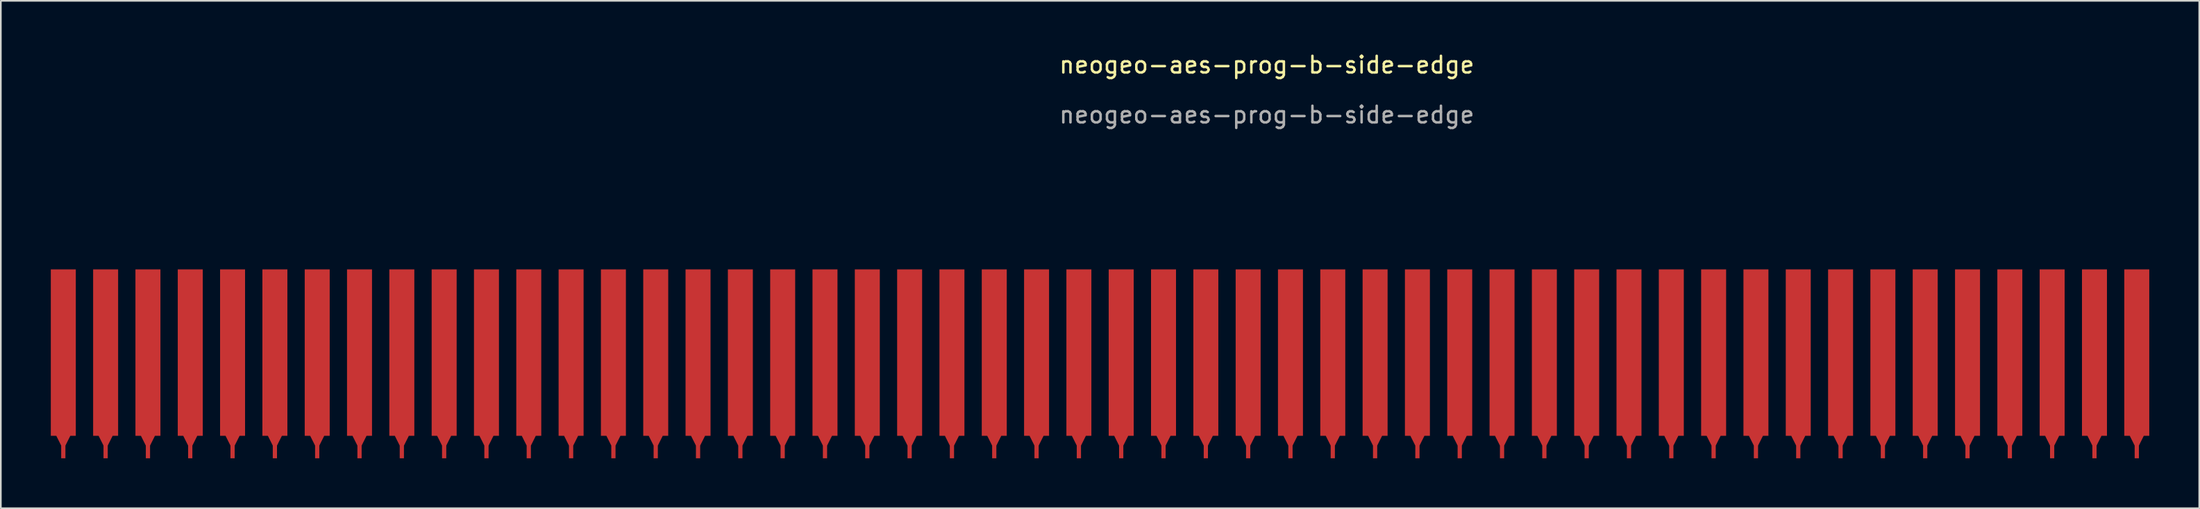
<source format=kicad_pcb>
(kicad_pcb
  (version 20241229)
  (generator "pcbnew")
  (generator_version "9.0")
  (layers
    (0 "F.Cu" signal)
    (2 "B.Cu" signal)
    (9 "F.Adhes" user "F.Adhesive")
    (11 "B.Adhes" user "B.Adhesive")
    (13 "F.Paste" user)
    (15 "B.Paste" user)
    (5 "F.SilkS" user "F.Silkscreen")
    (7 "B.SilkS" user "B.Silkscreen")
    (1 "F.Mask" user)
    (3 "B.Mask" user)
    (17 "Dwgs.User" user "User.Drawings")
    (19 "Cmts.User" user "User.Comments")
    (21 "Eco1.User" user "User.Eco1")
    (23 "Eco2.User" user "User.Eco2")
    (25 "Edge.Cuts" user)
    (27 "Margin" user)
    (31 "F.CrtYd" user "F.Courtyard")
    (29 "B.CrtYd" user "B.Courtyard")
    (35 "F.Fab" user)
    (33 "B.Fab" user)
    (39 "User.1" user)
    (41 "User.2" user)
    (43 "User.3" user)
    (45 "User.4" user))
  (footprint "neogeo-aes-prog-b-side-edge"
    (layer "F.Cu")
    (at 61.71 18.138)
    (property "Reference" "neogeo-aes-prog-b-side-edge" (at 11.28 -17.29 0) (unlocked yes) (layer "F.SilkS") (effects (font (size 1 1) (thickness 0.15))))
    (attr smd)
    (fp_text user "${REFERENCE}" (at 11.28 -14.29 0) (unlocked yes) (layer "F.Fab") (effects (font (size 1 1) (thickness 0.15))))
    (pad "1" connect custom (at -60.96 0) (size 1.5 10) (layers "F.Cu" "F.Mask") (options (anchor rect)) (primitives (gr_poly (pts (xy 0 5.842) (xy -0.508 4.826) (xy 0.508 4.826)) (width 0) (fill yes)) (gr_rect (start -0.127 5) (end 0.127 6.35) (width 0) (fill yes))))
    (pad "2" connect custom (at -58.42 0) (size 1.5 10) (layers "F.Cu" "F.Mask") (options (anchor rect)) (primitives (gr_poly (pts (xy 0 5.842) (xy -0.508 4.826) (xy 0.508 4.826)) (width 0) (fill yes)) (gr_rect (start -0.127 5) (end 0.127 6.35) (width 0) (fill yes))))
    (pad "3" connect custom (at -55.88 0) (size 1.5 10) (layers "F.Cu" "F.Mask") (options (anchor rect)) (primitives (gr_poly (pts (xy 0 5.842) (xy -0.508 4.826) (xy 0.508 4.826)) (width 0) (fill yes)) (gr_rect (start -0.127 5) (end 0.127 6.35) (width 0) (fill yes))))
    (pad "4" connect custom (at -53.34 0) (size 1.5 10) (layers "F.Cu" "F.Mask") (options (anchor rect)) (primitives (gr_poly (pts (xy 0 5.842) (xy -0.508 4.826) (xy 0.508 4.826)) (width 0) (fill yes)) (gr_rect (start -0.127 5) (end 0.127 6.35) (width 0) (fill yes))))
    (pad "5" connect custom (at -50.8 0) (size 1.5 10) (layers "F.Cu" "F.Mask") (options (anchor rect)) (primitives (gr_poly (pts (xy 0 5.842) (xy -0.508 4.826) (xy 0.508 4.826)) (width 0) (fill yes)) (gr_rect (start -0.127 5) (end 0.127 6.35) (width 0) (fill yes))))
    (pad "6" connect custom (at -48.26 0) (size 1.5 10) (layers "F.Cu" "F.Mask") (options (anchor rect)) (primitives (gr_poly (pts (xy 0 5.842) (xy -0.508 4.826) (xy 0.508 4.826)) (width 0) (fill yes)) (gr_rect (start -0.127 5) (end 0.127 6.35) (width 0) (fill yes))))
    (pad "7" connect custom (at -45.72 0) (size 1.5 10) (layers "F.Cu" "F.Mask") (options (anchor rect)) (primitives (gr_poly (pts (xy 0 5.842) (xy -0.508 4.826) (xy 0.508 4.826)) (width 0) (fill yes)) (gr_rect (start -0.127 5) (end 0.127 6.35) (width 0) (fill yes))))
    (pad "8" connect custom (at -43.18 0) (size 1.5 10) (layers "F.Cu" "F.Mask") (options (anchor rect)) (primitives (gr_poly (pts (xy 0 5.842) (xy -0.508 4.826) (xy 0.508 4.826)) (width 0) (fill yes)) (gr_rect (start -0.127 5) (end 0.127 6.35) (width 0) (fill yes))))
    (pad "9" connect custom (at -40.64 0) (size 1.5 10) (layers "F.Cu" "F.Mask") (options (anchor rect)) (primitives (gr_poly (pts (xy 0 5.842) (xy -0.508 4.826) (xy 0.508 4.826)) (width 0) (fill yes)) (gr_rect (start -0.127 5) (end 0.127 6.35) (width 0) (fill yes))))
    (pad "10" connect custom (at -38.1 0) (size 1.5 10) (layers "F.Cu" "F.Mask") (options (anchor rect)) (primitives (gr_poly (pts (xy 0 5.842) (xy -0.508 4.826) (xy 0.508 4.826)) (width 0) (fill yes)) (gr_rect (start -0.127 5) (end 0.127 6.35) (width 0) (fill yes))))
    (pad "11" connect custom (at -35.56 0) (size 1.5 10) (layers "F.Cu" "F.Mask") (options (anchor rect)) (primitives (gr_poly (pts (xy 0 5.842) (xy -0.508 4.826) (xy 0.508 4.826)) (width 0) (fill yes)) (gr_rect (start -0.127 5) (end 0.127 6.35) (width 0) (fill yes))))
    (pad "12" connect custom (at -33.02 0) (size 1.5 10) (layers "F.Cu" "F.Mask") (options (anchor rect)) (primitives (gr_poly (pts (xy 0 5.842) (xy -0.508 4.826) (xy 0.508 4.826)) (width 0) (fill yes)) (gr_rect (start -0.127 5) (end 0.127 6.35) (width 0) (fill yes))))
    (pad "13" connect custom (at -30.48 0) (size 1.5 10) (layers "F.Cu" "F.Mask") (options (anchor rect)) (primitives (gr_poly (pts (xy 0 5.842) (xy -0.508 4.826) (xy 0.508 4.826)) (width 0) (fill yes)) (gr_rect (start -0.127 5) (end 0.127 6.35) (width 0) (fill yes))))
    (pad "14" connect custom (at -27.94 0) (size 1.5 10) (layers "F.Cu" "F.Mask") (options (anchor rect)) (primitives (gr_poly (pts (xy 0 5.842) (xy -0.508 4.826) (xy 0.508 4.826)) (width 0) (fill yes)) (gr_rect (start -0.127 5) (end 0.127 6.35) (width 0) (fill yes))))
    (pad "15" connect custom (at -25.4 0) (size 1.5 10) (layers "F.Cu" "F.Mask") (options (anchor rect)) (primitives (gr_poly (pts (xy 0 5.842) (xy -0.508 4.826) (xy 0.508 4.826)) (width 0) (fill yes)) (gr_rect (start -0.127 5) (end 0.127 6.35) (width 0) (fill yes))))
    (pad "16" connect custom (at -22.86 0) (size 1.5 10) (layers "F.Cu" "F.Mask") (options (anchor rect)) (primitives (gr_poly (pts (xy 0 5.842) (xy -0.508 4.826) (xy 0.508 4.826)) (width 0) (fill yes)) (gr_rect (start -0.127 5) (end 0.127 6.35) (width 0) (fill yes))))
    (pad "17" connect custom (at -20.32 0) (size 1.5 10) (layers "F.Cu" "F.Mask") (options (anchor rect)) (primitives (gr_poly (pts (xy 0 5.842) (xy -0.508 4.826) (xy 0.508 4.826)) (width 0) (fill yes)) (gr_rect (start -0.127 5) (end 0.127 6.35) (width 0) (fill yes))))
    (pad "18" connect custom (at -17.78 0) (size 1.5 10) (layers "F.Cu" "F.Mask") (options (anchor rect)) (primitives (gr_poly (pts (xy 0 5.842) (xy -0.508 4.826) (xy 0.508 4.826)) (width 0) (fill yes)) (gr_rect (start -0.127 5) (end 0.127 6.35) (width 0) (fill yes))))
    (pad "19" connect custom (at -15.24 0) (size 1.5 10) (layers "F.Cu" "F.Mask") (options (anchor rect)) (primitives (gr_poly (pts (xy 0 5.842) (xy -0.508 4.826) (xy 0.508 4.826)) (width 0) (fill yes)) (gr_rect (start -0.127 5) (end 0.127 6.35) (width 0) (fill yes))))
    (pad "20" connect custom (at -12.7 0) (size 1.5 10) (layers "F.Cu" "F.Mask") (options (anchor rect)) (primitives (gr_poly (pts (xy 0 5.842) (xy -0.508 4.826) (xy 0.508 4.826)) (width 0) (fill yes)) (gr_rect (start -0.127 5) (end 0.127 6.35) (width 0) (fill yes))))
    (pad "21" connect custom (at -10.16 0) (size 1.5 10) (layers "F.Cu" "F.Mask") (options (anchor rect)) (primitives (gr_poly (pts (xy 0 5.842) (xy -0.508 4.826) (xy 0.508 4.826)) (width 0) (fill yes)) (gr_rect (start -0.127 5) (end 0.127 6.35) (width 0) (fill yes))))
    (pad "22" connect custom (at -7.62 0) (size 1.5 10) (layers "F.Cu" "F.Mask") (options (anchor rect)) (primitives (gr_poly (pts (xy 0 5.842) (xy -0.508 4.826) (xy 0.508 4.826)) (width 0) (fill yes)) (gr_rect (start -0.127 5) (end 0.127 6.35) (width 0) (fill yes))))
    (pad "23" connect custom (at -5.08 0) (size 1.5 10) (layers "F.Cu" "F.Mask") (options (anchor rect)) (primitives (gr_poly (pts (xy 0 5.842) (xy -0.508 4.826) (xy 0.508 4.826)) (width 0) (fill yes)) (gr_rect (start -0.127 5) (end 0.127 6.35) (width 0) (fill yes))))
    (pad "24" connect custom (at -2.54 0) (size 1.5 10) (layers "F.Cu" "F.Mask") (options (anchor rect)) (primitives (gr_poly (pts (xy 0 5.842) (xy -0.508 4.826) (xy 0.508 4.826)) (width 0) (fill yes)) (gr_rect (start -0.127 5) (end 0.127 6.35) (width 0) (fill yes))))
    (pad "25" connect custom (at 0 0) (size 1.5 10) (layers "F.Cu" "F.Mask") (options (anchor rect)) (primitives (gr_poly (pts (xy 0 5.842) (xy -0.508 4.826) (xy 0.508 4.826)) (width 0) (fill yes)) (gr_rect (start -0.127 5) (end 0.127 6.35) (width 0) (fill yes))))
    (pad "26" connect custom (at 2.54 0) (size 1.5 10) (layers "F.Cu" "F.Mask") (options (anchor rect)) (primitives (gr_poly (pts (xy 0 5.842) (xy -0.508 4.826) (xy 0.508 4.826)) (width 0) (fill yes)) (gr_rect (start -0.127 5) (end 0.127 6.35) (width 0) (fill yes))))
    (pad "27" connect custom (at 5.08 0) (size 1.5 10) (layers "F.Cu" "F.Mask") (options (anchor rect)) (primitives (gr_poly (pts (xy 0 5.842) (xy -0.508 4.826) (xy 0.508 4.826)) (width 0) (fill yes)) (gr_rect (start -0.127 5) (end 0.127 6.35) (width 0) (fill yes))))
    (pad "28" connect custom (at 7.62 0) (size 1.5 10) (layers "F.Cu" "F.Mask") (options (anchor rect)) (primitives (gr_poly (pts (xy 0 5.842) (xy -0.508 4.826) (xy 0.508 4.826)) (width 0) (fill yes)) (gr_rect (start -0.127 5) (end 0.127 6.35) (width 0) (fill yes))))
    (pad "29" connect custom (at 10.16 0) (size 1.5 10) (layers "F.Cu" "F.Mask") (options (anchor rect)) (primitives (gr_poly (pts (xy 0 5.842) (xy -0.508 4.826) (xy 0.508 4.826)) (width 0) (fill yes)) (gr_rect (start -0.127 5) (end 0.127 6.35) (width 0) (fill yes))))
    (pad "30" connect custom (at 12.7 0) (size 1.5 10) (layers "F.Cu" "F.Mask") (options (anchor rect)) (primitives (gr_poly (pts (xy 0 5.842) (xy -0.508 4.826) (xy 0.508 4.826)) (width 0) (fill yes)) (gr_rect (start -0.127 5) (end 0.127 6.35) (width 0) (fill yes))))
    (pad "31" connect custom (at 15.24 0) (size 1.5 10) (layers "F.Cu" "F.Mask") (options (anchor rect)) (primitives (gr_poly (pts (xy 0 5.842) (xy -0.508 4.826) (xy 0.508 4.826)) (width 0) (fill yes)) (gr_rect (start -0.127 5) (end 0.127 6.35) (width 0) (fill yes))))
    (pad "32" connect custom (at 17.78 0) (size 1.5 10) (layers "F.Cu" "F.Mask") (options (anchor rect)) (primitives (gr_poly (pts (xy 0 5.842) (xy -0.508 4.826) (xy 0.508 4.826)) (width 0) (fill yes)) (gr_rect (start -0.127 5) (end 0.127 6.35) (width 0) (fill yes))))
    (pad "33" connect custom (at 20.32 0) (size 1.5 10) (layers "F.Cu" "F.Mask") (options (anchor rect)) (primitives (gr_poly (pts (xy 0 5.842) (xy -0.508 4.826) (xy 0.508 4.826)) (width 0) (fill yes)) (gr_rect (start -0.127 5) (end 0.127 6.35) (width 0) (fill yes))))
    (pad "34" connect custom (at 22.86 0) (size 1.5 10) (layers "F.Cu" "F.Mask") (options (anchor rect)) (primitives (gr_poly (pts (xy 0 5.842) (xy -0.508 4.826) (xy 0.508 4.826)) (width 0) (fill yes)) (gr_rect (start -0.127 5) (end 0.127 6.35) (width 0) (fill yes))))
    (pad "35" connect custom (at 25.4 0) (size 1.5 10) (layers "F.Cu" "F.Mask") (options (anchor rect)) (primitives (gr_poly (pts (xy 0 5.842) (xy -0.508 4.826) (xy 0.508 4.826)) (width 0) (fill yes)) (gr_rect (start -0.127 5) (end 0.127 6.35) (width 0) (fill yes))))
    (pad "36" connect custom (at 27.94 0) (size 1.5 10) (layers "F.Cu" "F.Mask") (options (anchor rect)) (primitives (gr_poly (pts (xy 0 5.842) (xy -0.508 4.826) (xy 0.508 4.826)) (width 0) (fill yes)) (gr_rect (start -0.127 5) (end 0.127 6.35) (width 0) (fill yes))))
    (pad "37" connect custom (at 30.48 0) (size 1.5 10) (layers "F.Cu" "F.Mask") (options (anchor rect)) (primitives (gr_poly (pts (xy 0 5.842) (xy -0.508 4.826) (xy 0.508 4.826)) (width 0) (fill yes)) (gr_rect (start -0.127 5) (end 0.127 6.35) (width 0) (fill yes))))
    (pad "38" connect custom (at 33.02 0) (size 1.5 10) (layers "F.Cu" "F.Mask") (options (anchor rect)) (primitives (gr_poly (pts (xy 0 5.842) (xy -0.508 4.826) (xy 0.508 4.826)) (width 0) (fill yes)) (gr_rect (start -0.127 5) (end 0.127 6.35) (width 0) (fill yes))))
    (pad "39" connect custom (at 35.56 0) (size 1.5 10) (layers "F.Cu" "F.Mask") (options (anchor rect)) (primitives (gr_poly (pts (xy 0 5.842) (xy -0.508 4.826) (xy 0.508 4.826)) (width 0) (fill yes)) (gr_rect (start -0.127 5) (end 0.127 6.35) (width 0) (fill yes))))
    (pad "40" connect custom (at 38.1 0) (size 1.5 10) (layers "F.Cu" "F.Mask") (options (anchor rect)) (primitives (gr_poly (pts (xy 0 5.842) (xy -0.508 4.826) (xy 0.508 4.826)) (width 0) (fill yes)) (gr_rect (start -0.127 5) (end 0.127 6.35) (width 0) (fill yes))))
    (pad "41" connect custom (at 40.64 0) (size 1.5 10) (layers "F.Cu" "F.Mask") (options (anchor rect)) (primitives (gr_poly (pts (xy 0 5.842) (xy -0.508 4.826) (xy 0.508 4.826)) (width 0) (fill yes)) (gr_rect (start -0.127 5) (end 0.127 6.35) (width 0) (fill yes))))
    (pad "42" connect custom (at 43.18 0) (size 1.5 10) (layers "F.Cu" "F.Mask") (options (anchor rect)) (primitives (gr_poly (pts (xy 0 5.842) (xy -0.508 4.826) (xy 0.508 4.826)) (width 0) (fill yes)) (gr_rect (start -0.127 5) (end 0.127 6.35) (width 0) (fill yes))))
    (pad "43" connect custom (at 45.72 0) (size 1.5 10) (layers "F.Cu" "F.Mask") (options (anchor rect)) (primitives (gr_poly (pts (xy 0 5.842) (xy -0.508 4.826) (xy 0.508 4.826)) (width 0) (fill yes)) (gr_rect (start -0.127 5) (end 0.127 6.35) (width 0) (fill yes))))
    (pad "44" connect custom (at 48.26 0) (size 1.5 10) (layers "F.Cu" "F.Mask") (options (anchor rect)) (primitives (gr_poly (pts (xy 0 5.842) (xy -0.508 4.826) (xy 0.508 4.826)) (width 0) (fill yes)) (gr_rect (start -0.127 5) (end 0.127 6.35) (width 0) (fill yes))))
    (pad "45" connect custom (at 50.8 0) (size 1.5 10) (layers "F.Cu" "F.Mask") (options (anchor rect)) (primitives (gr_poly (pts (xy 0 5.842) (xy -0.508 4.826) (xy 0.508 4.826)) (width 0) (fill yes)) (gr_rect (start -0.127 5) (end 0.127 6.35) (width 0) (fill yes))))
    (pad "46" connect custom (at 53.34 0) (size 1.5 10) (layers "F.Cu" "F.Mask") (options (anchor rect)) (primitives (gr_poly (pts (xy 0 5.842) (xy -0.508 4.826) (xy 0.508 4.826)) (width 0) (fill yes)) (gr_rect (start -0.127 5) (end 0.127 6.35) (width 0) (fill yes))))
    (pad "47" connect custom (at 55.88 0) (size 1.5 10) (layers "F.Cu" "F.Mask") (options (anchor rect)) (primitives (gr_poly (pts (xy 0 5.842) (xy -0.508 4.826) (xy 0.508 4.826)) (width 0) (fill yes)) (gr_rect (start -0.127 5) (end 0.127 6.35) (width 0) (fill yes))))
    (pad "48" connect custom (at 58.42 0) (size 1.5 10) (layers "F.Cu" "F.Mask") (options (anchor rect)) (primitives (gr_poly (pts (xy 0 5.842) (xy -0.508 4.826) (xy 0.508 4.826)) (width 0) (fill yes)) (gr_rect (start -0.127 5) (end 0.127 6.35) (width 0) (fill yes))))
    (pad "49" connect custom (at 60.96 0) (size 1.5 10) (layers "F.Cu" "F.Mask") (options (anchor rect)) (primitives (gr_poly (pts (xy 0 5.842) (xy -0.508 4.826) (xy 0.508 4.826)) (width 0) (fill yes)) (gr_rect (start -0.127 5) (end 0.127 6.35) (width 0) (fill yes))))
    (pad "50" connect custom (at 63.5 0) (size 1.5 10) (layers "F.Cu" "F.Mask") (options (anchor rect)) (primitives (gr_poly (pts (xy 0 5.842) (xy -0.508 4.826) (xy 0.508 4.826)) (width 0) (fill yes)) (gr_rect (start -0.127 5) (end 0.127 6.35) (width 0) (fill yes)))))
  (gr_rect
    (start -3 -3)
    (end 128.96 27.488)
    (stroke (width 0.1) (type default))
    (fill no)
    (layer "Edge.Cuts")))
</source>
